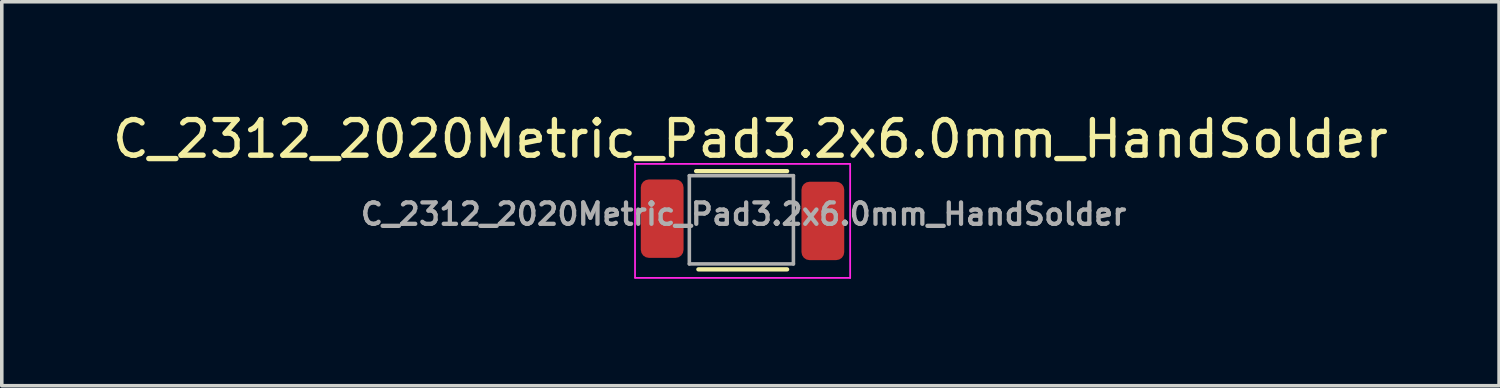
<source format=kicad_pcb>
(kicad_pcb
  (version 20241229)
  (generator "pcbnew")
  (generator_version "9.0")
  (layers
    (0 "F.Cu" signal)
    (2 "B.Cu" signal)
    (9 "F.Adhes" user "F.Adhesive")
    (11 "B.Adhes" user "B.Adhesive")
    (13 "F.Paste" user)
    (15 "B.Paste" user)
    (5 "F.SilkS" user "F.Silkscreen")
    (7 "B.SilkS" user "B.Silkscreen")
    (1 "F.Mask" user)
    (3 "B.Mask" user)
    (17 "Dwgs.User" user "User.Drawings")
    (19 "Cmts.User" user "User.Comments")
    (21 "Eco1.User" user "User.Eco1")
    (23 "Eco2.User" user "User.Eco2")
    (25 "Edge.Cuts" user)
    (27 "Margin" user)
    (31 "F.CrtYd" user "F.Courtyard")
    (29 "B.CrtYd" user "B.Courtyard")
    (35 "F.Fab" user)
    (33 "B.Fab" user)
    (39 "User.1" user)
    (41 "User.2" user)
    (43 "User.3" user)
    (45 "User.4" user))
  (footprint "C_2312_2020Metric_Pad3.2x6.0mm_HandSolder"
    (layer "F.Cu")
    (at 17.879 3.085)
    (property "Reference" "C_2312_2020Metric_Pad3.2x6.0mm_HandSolder" (at 0.127 -2.236 0) (layer "F.SilkS") (effects (font (size 1 1) (thickness 0.15))))
    (attr smd)
    (fp_line (start -1.397 -1.333) (end 1.156 -1.333) (stroke (width 0.12) (type solid)) (layer "F.SilkS"))
    (fp_line (start -1.333 1.423) (end 1.156 1.423) (stroke (width 0.12) (type solid)) (layer "F.SilkS"))
    (fp_line (start -3.111 -1.536) (end 2.925 -1.536) (stroke (width 0.05) (type solid)) (layer "F.CrtYd"))
    (fp_line (start -3.111 1.651) (end -3.111 -1.524) (stroke (width 0.05) (type solid)) (layer "F.CrtYd"))
    (fp_line (start 2.925 -1.536) (end 2.925 1.663) (stroke (width 0.05) (type solid)) (layer "F.CrtYd"))
    (fp_line (start 2.925 1.663) (end -3.111 1.663) (stroke (width 0.05) (type solid)) (layer "F.CrtYd"))
    (fp_line (start -1.587 -1.206) (end 1.333 -1.206) (stroke (width 0.1) (type solid)) (layer "F.Fab"))
    (fp_line (start -1.587 1.27) (end -1.587 -1.206) (stroke (width 0.1) (type solid)) (layer "F.Fab"))
    (fp_line (start 1.333 -1.206) (end 1.333 1.27) (stroke (width 0.1) (type solid)) (layer "F.Fab"))
    (fp_line (start 1.333 1.27) (end -1.587 1.27) (stroke (width 0.1) (type solid)) (layer "F.Fab"))
    (fp_text user "${REFERENCE}" (at -0.064 -0.127 0) (layer "F.Fab") (effects (font (size 0.6 0.6) (thickness 0.12))))
    (pad "1" smd roundrect (at -2.349 0) (size 1.2 2.2) (layers "F.Cu" "F.Mask" "F.Paste") (roundrect_rratio 0.189))
    (pad "2" smd roundrect (at 2.159 0.064) (size 1.2 2.2) (layers "F.Cu" "F.Mask" "F.Paste") (roundrect_rratio 0.189)))
  (gr_rect
    (start -3 -3)
    (end 39.012 7.773)
    (stroke (width 0.1) (type default))
    (fill no)
    (layer "Edge.Cuts")))
</source>
